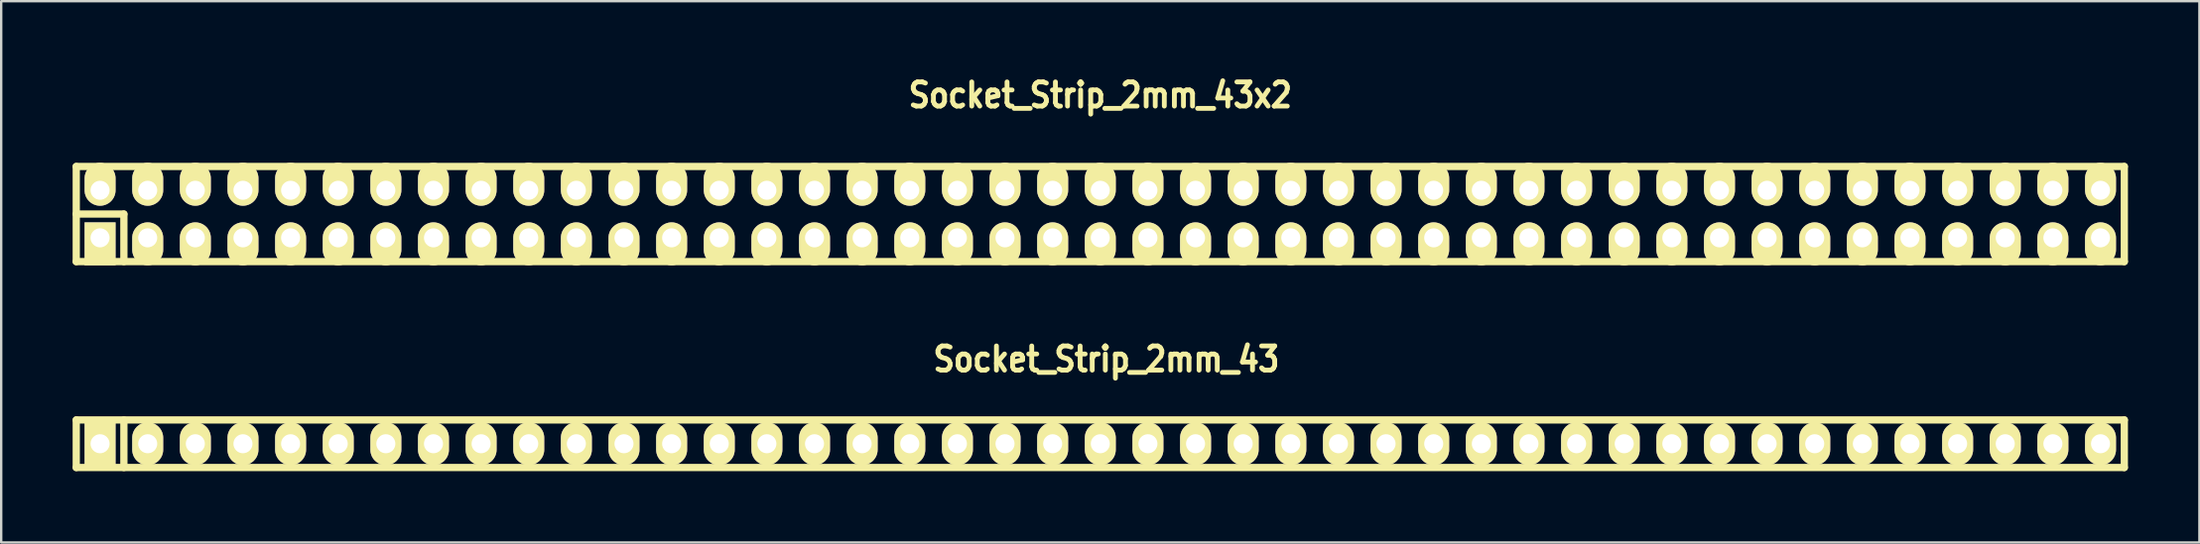
<source format=kicad_pcb>
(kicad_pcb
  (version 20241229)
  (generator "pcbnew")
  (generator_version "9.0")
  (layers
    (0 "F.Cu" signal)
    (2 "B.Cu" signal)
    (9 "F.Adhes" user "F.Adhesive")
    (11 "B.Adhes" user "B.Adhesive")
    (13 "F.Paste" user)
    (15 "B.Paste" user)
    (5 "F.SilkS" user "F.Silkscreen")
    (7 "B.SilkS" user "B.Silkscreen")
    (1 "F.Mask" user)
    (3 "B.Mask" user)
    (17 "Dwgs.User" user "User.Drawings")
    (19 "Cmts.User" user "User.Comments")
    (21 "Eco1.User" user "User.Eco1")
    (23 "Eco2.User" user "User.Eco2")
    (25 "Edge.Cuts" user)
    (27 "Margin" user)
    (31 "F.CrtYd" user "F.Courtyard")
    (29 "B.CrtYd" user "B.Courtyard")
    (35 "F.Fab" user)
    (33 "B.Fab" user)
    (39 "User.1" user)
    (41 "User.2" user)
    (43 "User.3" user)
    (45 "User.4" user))
  (footprint "Socket_Strip_2mm_43x2"
    (layer "F.Cu")
    (at 43.152 5.951)
    (property "Reference" "Socket_Strip_2mm_43x2" (at 0 -5 0) (layer "F.SilkS") (effects (font (size 1.016 0.889) (thickness 0.203))))
    (attr through_hole)
    (fp_line (start -43 -2) (end 43 -2) (stroke (width 0.305) (type solid)) (layer "F.SilkS"))
    (fp_line (start -43 0) (end -41 0) (stroke (width 0.305) (type solid)) (layer "F.SilkS"))
    (fp_line (start -43 2) (end -43 -2) (stroke (width 0.305) (type solid)) (layer "F.SilkS"))
    (fp_line (start -41 0) (end -41 2) (stroke (width 0.305) (type solid)) (layer "F.SilkS"))
    (fp_line (start 43 -2) (end 43 2) (stroke (width 0.305) (type solid)) (layer "F.SilkS"))
    (fp_line (start 43 2) (end -43 2) (stroke (width 0.305) (type solid)) (layer "F.SilkS"))
    (pad "1" thru_hole rect (at -42 1) (size 1.3 1.8) (drill 0.8 (offset 0 0.25)) (layers "*.Cu" "*.Mask" "F.SilkS"))
    (pad "2" thru_hole oval (at -42 -1) (size 1.3 1.8) (drill 0.8 (offset 0 -0.25)) (layers "*.Cu" "*.Mask" "F.SilkS"))
    (pad "3" thru_hole oval (at -40 1) (size 1.3 1.8) (drill 0.8 (offset 0 0.25)) (layers "*.Cu" "*.Mask" "F.SilkS"))
    (pad "4" thru_hole oval (at -40 -1) (size 1.3 1.8) (drill 0.8 (offset 0 -0.25)) (layers "*.Cu" "*.Mask" "F.SilkS"))
    (pad "5" thru_hole oval (at -38 1) (size 1.3 1.8) (drill 0.8 (offset 0 0.25)) (layers "*.Cu" "*.Mask" "F.SilkS"))
    (pad "6" thru_hole oval (at -38 -1) (size 1.3 1.8) (drill 0.8 (offset 0 -0.25)) (layers "*.Cu" "*.Mask" "F.SilkS"))
    (pad "7" thru_hole oval (at -36 1) (size 1.3 1.8) (drill 0.8 (offset 0 0.25)) (layers "*.Cu" "*.Mask" "F.SilkS"))
    (pad "8" thru_hole oval (at -36 -1) (size 1.3 1.8) (drill 0.8 (offset 0 -0.25)) (layers "*.Cu" "*.Mask" "F.SilkS"))
    (pad "9" thru_hole oval (at -34 1) (size 1.3 1.8) (drill 0.8 (offset 0 0.25)) (layers "*.Cu" "*.Mask" "F.SilkS"))
    (pad "10" thru_hole oval (at -34 -1) (size 1.3 1.8) (drill 0.8 (offset 0 -0.25)) (layers "*.Cu" "*.Mask" "F.SilkS"))
    (pad "11" thru_hole oval (at -32 1) (size 1.3 1.8) (drill 0.8 (offset 0 0.25)) (layers "*.Cu" "*.Mask" "F.SilkS"))
    (pad "12" thru_hole oval (at -32 -1) (size 1.3 1.8) (drill 0.8 (offset 0 -0.25)) (layers "*.Cu" "*.Mask" "F.SilkS"))
    (pad "13" thru_hole oval (at -30 1) (size 1.3 1.8) (drill 0.8 (offset 0 0.25)) (layers "*.Cu" "*.Mask" "F.SilkS"))
    (pad "14" thru_hole oval (at -30 -1) (size 1.3 1.8) (drill 0.8 (offset 0 -0.25)) (layers "*.Cu" "*.Mask" "F.SilkS"))
    (pad "15" thru_hole oval (at -28 1) (size 1.3 1.8) (drill 0.8 (offset 0 0.25)) (layers "*.Cu" "*.Mask" "F.SilkS"))
    (pad "16" thru_hole oval (at -28 -1) (size 1.3 1.8) (drill 0.8 (offset 0 -0.25)) (layers "*.Cu" "*.Mask" "F.SilkS"))
    (pad "17" thru_hole oval (at -26 1) (size 1.3 1.8) (drill 0.8 (offset 0 0.25)) (layers "*.Cu" "*.Mask" "F.SilkS"))
    (pad "18" thru_hole oval (at -26 -1) (size 1.3 1.8) (drill 0.8 (offset 0 -0.25)) (layers "*.Cu" "*.Mask" "F.SilkS"))
    (pad "19" thru_hole oval (at -24 1) (size 1.3 1.8) (drill 0.8 (offset 0 0.25)) (layers "*.Cu" "*.Mask" "F.SilkS"))
    (pad "20" thru_hole oval (at -24 -1) (size 1.3 1.8) (drill 0.8 (offset 0 -0.25)) (layers "*.Cu" "*.Mask" "F.SilkS"))
    (pad "21" thru_hole oval (at -22 1) (size 1.3 1.8) (drill 0.8 (offset 0 0.25)) (layers "*.Cu" "*.Mask" "F.SilkS"))
    (pad "22" thru_hole oval (at -22 -1) (size 1.3 1.8) (drill 0.8 (offset 0 -0.25)) (layers "*.Cu" "*.Mask" "F.SilkS"))
    (pad "23" thru_hole oval (at -20 1) (size 1.3 1.8) (drill 0.8 (offset 0 0.25)) (layers "*.Cu" "*.Mask" "F.SilkS"))
    (pad "24" thru_hole oval (at -20 -1) (size 1.3 1.8) (drill 0.8 (offset 0 -0.25)) (layers "*.Cu" "*.Mask" "F.SilkS"))
    (pad "25" thru_hole oval (at -18 1) (size 1.3 1.8) (drill 0.8 (offset 0 0.25)) (layers "*.Cu" "*.Mask" "F.SilkS"))
    (pad "26" thru_hole oval (at -18 -1) (size 1.3 1.8) (drill 0.8 (offset 0 -0.25)) (layers "*.Cu" "*.Mask" "F.SilkS"))
    (pad "27" thru_hole oval (at -16 1) (size 1.3 1.8) (drill 0.8 (offset 0 0.25)) (layers "*.Cu" "*.Mask" "F.SilkS"))
    (pad "28" thru_hole oval (at -16 -1) (size 1.3 1.8) (drill 0.8 (offset 0 -0.25)) (layers "*.Cu" "*.Mask" "F.SilkS"))
    (pad "29" thru_hole oval (at -14 1) (size 1.3 1.8) (drill 0.8 (offset 0 0.25)) (layers "*.Cu" "*.Mask" "F.SilkS"))
    (pad "30" thru_hole oval (at -14 -1) (size 1.3 1.8) (drill 0.8 (offset 0 -0.25)) (layers "*.Cu" "*.Mask" "F.SilkS"))
    (pad "31" thru_hole oval (at -12 1) (size 1.3 1.8) (drill 0.8 (offset 0 0.25)) (layers "*.Cu" "*.Mask" "F.SilkS"))
    (pad "32" thru_hole oval (at -12 -1) (size 1.3 1.8) (drill 0.8 (offset 0 -0.25)) (layers "*.Cu" "*.Mask" "F.SilkS"))
    (pad "33" thru_hole oval (at -10 1) (size 1.3 1.8) (drill 0.8 (offset 0 0.25)) (layers "*.Cu" "*.Mask" "F.SilkS"))
    (pad "34" thru_hole oval (at -10 -1) (size 1.3 1.8) (drill 0.8 (offset 0 -0.25)) (layers "*.Cu" "*.Mask" "F.SilkS"))
    (pad "35" thru_hole oval (at -8 1) (size 1.3 1.8) (drill 0.8 (offset 0 0.25)) (layers "*.Cu" "*.Mask" "F.SilkS"))
    (pad "36" thru_hole oval (at -8 -1) (size 1.3 1.8) (drill 0.8 (offset 0 -0.25)) (layers "*.Cu" "*.Mask" "F.SilkS"))
    (pad "37" thru_hole oval (at -6 1) (size 1.3 1.8) (drill 0.8 (offset 0 0.25)) (layers "*.Cu" "*.Mask" "F.SilkS"))
    (pad "38" thru_hole oval (at -6 -1) (size 1.3 1.8) (drill 0.8 (offset 0 -0.25)) (layers "*.Cu" "*.Mask" "F.SilkS"))
    (pad "39" thru_hole oval (at -4 1) (size 1.3 1.8) (drill 0.8 (offset 0 0.25)) (layers "*.Cu" "*.Mask" "F.SilkS"))
    (pad "40" thru_hole oval (at -4 -1) (size 1.3 1.8) (drill 0.8 (offset 0 -0.25)) (layers "*.Cu" "*.Mask" "F.SilkS"))
    (pad "41" thru_hole oval (at -2 1) (size 1.3 1.8) (drill 0.8 (offset 0 0.25)) (layers "*.Cu" "*.Mask" "F.SilkS"))
    (pad "42" thru_hole oval (at -2 -1) (size 1.3 1.8) (drill 0.8 (offset 0 -0.25)) (layers "*.Cu" "*.Mask" "F.SilkS"))
    (pad "43" thru_hole oval (at 0 1) (size 1.3 1.8) (drill 0.8 (offset 0 0.25)) (layers "*.Cu" "*.Mask" "F.SilkS"))
    (pad "44" thru_hole oval (at 0 -1) (size 1.3 1.8) (drill 0.8 (offset 0 -0.25)) (layers "*.Cu" "*.Mask" "F.SilkS"))
    (pad "45" thru_hole oval (at 2 1) (size 1.3 1.8) (drill 0.8 (offset 0 0.25)) (layers "*.Cu" "*.Mask" "F.SilkS"))
    (pad "46" thru_hole oval (at 2 -1) (size 1.3 1.8) (drill 0.8 (offset 0 -0.25)) (layers "*.Cu" "*.Mask" "F.SilkS"))
    (pad "47" thru_hole oval (at 4 1) (size 1.3 1.8) (drill 0.8 (offset 0 0.25)) (layers "*.Cu" "*.Mask" "F.SilkS"))
    (pad "48" thru_hole oval (at 4 -1) (size 1.3 1.8) (drill 0.8 (offset 0 -0.25)) (layers "*.Cu" "*.Mask" "F.SilkS"))
    (pad "49" thru_hole oval (at 6 1) (size 1.3 1.8) (drill 0.8 (offset 0 0.25)) (layers "*.Cu" "*.Mask" "F.SilkS"))
    (pad "50" thru_hole oval (at 6 -1) (size 1.3 1.8) (drill 0.8 (offset 0 -0.25)) (layers "*.Cu" "*.Mask" "F.SilkS"))
    (pad "51" thru_hole oval (at 8 1) (size 1.3 1.8) (drill 0.8 (offset 0 0.25)) (layers "*.Cu" "*.Mask" "F.SilkS"))
    (pad "52" thru_hole oval (at 8 -1) (size 1.3 1.8) (drill 0.8 (offset 0 -0.25)) (layers "*.Cu" "*.Mask" "F.SilkS"))
    (pad "53" thru_hole oval (at 10 1) (size 1.3 1.8) (drill 0.8 (offset 0 0.25)) (layers "*.Cu" "*.Mask" "F.SilkS"))
    (pad "54" thru_hole oval (at 10 -1) (size 1.3 1.8) (drill 0.8 (offset 0 -0.25)) (layers "*.Cu" "*.Mask" "F.SilkS"))
    (pad "55" thru_hole oval (at 12 1) (size 1.3 1.8) (drill 0.8 (offset 0 0.25)) (layers "*.Cu" "*.Mask" "F.SilkS"))
    (pad "56" thru_hole oval (at 12 -1) (size 1.3 1.8) (drill 0.8 (offset 0 -0.25)) (layers "*.Cu" "*.Mask" "F.SilkS"))
    (pad "57" thru_hole oval (at 14 1) (size 1.3 1.8) (drill 0.8 (offset 0 0.25)) (layers "*.Cu" "*.Mask" "F.SilkS"))
    (pad "58" thru_hole oval (at 14 -1) (size 1.3 1.8) (drill 0.8 (offset 0 -0.25)) (layers "*.Cu" "*.Mask" "F.SilkS"))
    (pad "59" thru_hole oval (at 16 1) (size 1.3 1.8) (drill 0.8 (offset 0 0.25)) (layers "*.Cu" "*.Mask" "F.SilkS"))
    (pad "60" thru_hole oval (at 16 -1) (size 1.3 1.8) (drill 0.8 (offset 0 -0.25)) (layers "*.Cu" "*.Mask" "F.SilkS"))
    (pad "61" thru_hole oval (at 18 1) (size 1.3 1.8) (drill 0.8 (offset 0 0.25)) (layers "*.Cu" "*.Mask" "F.SilkS"))
    (pad "62" thru_hole oval (at 18 -1) (size 1.3 1.8) (drill 0.8 (offset 0 -0.25)) (layers "*.Cu" "*.Mask" "F.SilkS"))
    (pad "63" thru_hole oval (at 20 1) (size 1.3 1.8) (drill 0.8 (offset 0 0.25)) (layers "*.Cu" "*.Mask" "F.SilkS"))
    (pad "64" thru_hole oval (at 20 -1) (size 1.3 1.8) (drill 0.8 (offset 0 -0.25)) (layers "*.Cu" "*.Mask" "F.SilkS"))
    (pad "65" thru_hole oval (at 22 1) (size 1.3 1.8) (drill 0.8 (offset 0 0.25)) (layers "*.Cu" "*.Mask" "F.SilkS"))
    (pad "66" thru_hole oval (at 22 -1) (size 1.3 1.8) (drill 0.8 (offset 0 -0.25)) (layers "*.Cu" "*.Mask" "F.SilkS"))
    (pad "67" thru_hole oval (at 24 1) (size 1.3 1.8) (drill 0.8 (offset 0 0.25)) (layers "*.Cu" "*.Mask" "F.SilkS"))
    (pad "68" thru_hole oval (at 24 -1) (size 1.3 1.8) (drill 0.8 (offset 0 -0.25)) (layers "*.Cu" "*.Mask" "F.SilkS"))
    (pad "69" thru_hole oval (at 26 1) (size 1.3 1.8) (drill 0.8 (offset 0 0.25)) (layers "*.Cu" "*.Mask" "F.SilkS"))
    (pad "70" thru_hole oval (at 26 -1) (size 1.3 1.8) (drill 0.8 (offset 0 -0.25)) (layers "*.Cu" "*.Mask" "F.SilkS"))
    (pad "71" thru_hole oval (at 28 1) (size 1.3 1.8) (drill 0.8 (offset 0 0.25)) (layers "*.Cu" "*.Mask" "F.SilkS"))
    (pad "72" thru_hole oval (at 28 -1) (size 1.3 1.8) (drill 0.8 (offset 0 -0.25)) (layers "*.Cu" "*.Mask" "F.SilkS"))
    (pad "73" thru_hole oval (at 30 1) (size 1.3 1.8) (drill 0.8 (offset 0 0.25)) (layers "*.Cu" "*.Mask" "F.SilkS"))
    (pad "74" thru_hole oval (at 30 -1) (size 1.3 1.8) (drill 0.8 (offset 0 -0.25)) (layers "*.Cu" "*.Mask" "F.SilkS"))
    (pad "75" thru_hole oval (at 32 1) (size 1.3 1.8) (drill 0.8 (offset 0 0.25)) (layers "*.Cu" "*.Mask" "F.SilkS"))
    (pad "76" thru_hole oval (at 32 -1) (size 1.3 1.8) (drill 0.8 (offset 0 -0.25)) (layers "*.Cu" "*.Mask" "F.SilkS"))
    (pad "77" thru_hole oval (at 34 1) (size 1.3 1.8) (drill 0.8 (offset 0 0.25)) (layers "*.Cu" "*.Mask" "F.SilkS"))
    (pad "78" thru_hole oval (at 34 -1) (size 1.3 1.8) (drill 0.8 (offset 0 -0.25)) (layers "*.Cu" "*.Mask" "F.SilkS"))
    (pad "79" thru_hole oval (at 36 1) (size 1.3 1.8) (drill 0.8 (offset 0 0.25)) (layers "*.Cu" "*.Mask" "F.SilkS"))
    (pad "80" thru_hole oval (at 36 -1) (size 1.3 1.8) (drill 0.8 (offset 0 -0.25)) (layers "*.Cu" "*.Mask" "F.SilkS"))
    (pad "81" thru_hole oval (at 38 1) (size 1.3 1.8) (drill 0.8 (offset 0 0.25)) (layers "*.Cu" "*.Mask" "F.SilkS"))
    (pad "82" thru_hole oval (at 38 -1) (size 1.3 1.8) (drill 0.8 (offset 0 -0.25)) (layers "*.Cu" "*.Mask" "F.SilkS"))
    (pad "83" thru_hole oval (at 40 1) (size 1.3 1.8) (drill 0.8 (offset 0 0.25)) (layers "*.Cu" "*.Mask" "F.SilkS"))
    (pad "84" thru_hole oval (at 40 -1) (size 1.3 1.8) (drill 0.8 (offset 0 -0.25)) (layers "*.Cu" "*.Mask" "F.SilkS"))
    (pad "85" thru_hole oval (at 42 1) (size 1.3 1.8) (drill 0.8 (offset 0 0.25)) (layers "*.Cu" "*.Mask" "F.SilkS"))
    (pad "86" thru_hole oval (at 42 -1) (size 1.3 1.8) (drill 0.8 (offset 0 -0.25)) (layers "*.Cu" "*.Mask" "F.SilkS")))
  (footprint "Socket_Strip_2mm_43"
    (layer "F.Cu")
    (at 43.152 15.61)
    (property "Reference" "Socket_Strip_2mm_43" (at 0.254 -3.556 0) (layer "F.SilkS") (effects (font (size 1.016 0.889) (thickness 0.203))))
    (attr through_hole)
    (fp_line (start -43 -1) (end 43 -1) (stroke (width 0.305) (type solid)) (layer "F.SilkS"))
    (fp_line (start -43 1) (end -43 -1) (stroke (width 0.305) (type solid)) (layer "F.SilkS"))
    (fp_line (start -41 -1) (end -41 1) (stroke (width 0.305) (type solid)) (layer "F.SilkS"))
    (fp_line (start 43 -1) (end 43 1) (stroke (width 0.305) (type solid)) (layer "F.SilkS"))
    (fp_line (start 43 1) (end -43 1) (stroke (width 0.305) (type solid)) (layer "F.SilkS"))
    (pad "1" thru_hole rect (at -42 0) (size 1.3 1.8) (drill 0.8) (layers "*.Cu" "*.Mask" "F.SilkS"))
    (pad "2" thru_hole oval (at -40 0) (size 1.3 1.8) (drill 0.8) (layers "*.Cu" "*.Mask" "F.SilkS"))
    (pad "3" thru_hole oval (at -38 0) (size 1.3 1.8) (drill 0.8) (layers "*.Cu" "*.Mask" "F.SilkS"))
    (pad "4" thru_hole oval (at -36 0) (size 1.3 1.8) (drill 0.8) (layers "*.Cu" "*.Mask" "F.SilkS"))
    (pad "5" thru_hole oval (at -34 0) (size 1.3 1.8) (drill 0.8) (layers "*.Cu" "*.Mask" "F.SilkS"))
    (pad "6" thru_hole oval (at -32 0) (size 1.3 1.8) (drill 0.8) (layers "*.Cu" "*.Mask" "F.SilkS"))
    (pad "7" thru_hole oval (at -30 0) (size 1.3 1.8) (drill 0.8) (layers "*.Cu" "*.Mask" "F.SilkS"))
    (pad "8" thru_hole oval (at -28 0) (size 1.3 1.8) (drill 0.8) (layers "*.Cu" "*.Mask" "F.SilkS"))
    (pad "9" thru_hole oval (at -26 0) (size 1.3 1.8) (drill 0.8) (layers "*.Cu" "*.Mask" "F.SilkS"))
    (pad "10" thru_hole oval (at -24 0) (size 1.3 1.8) (drill 0.8) (layers "*.Cu" "*.Mask" "F.SilkS"))
    (pad "11" thru_hole oval (at -22 0) (size 1.3 1.8) (drill 0.8) (layers "*.Cu" "*.Mask" "F.SilkS"))
    (pad "12" thru_hole oval (at -20 0) (size 1.3 1.8) (drill 0.8) (layers "*.Cu" "*.Mask" "F.SilkS"))
    (pad "13" thru_hole oval (at -18 0) (size 1.3 1.8) (drill 0.8) (layers "*.Cu" "*.Mask" "F.SilkS"))
    (pad "14" thru_hole oval (at -16 0) (size 1.3 1.8) (drill 0.8) (layers "*.Cu" "*.Mask" "F.SilkS"))
    (pad "15" thru_hole oval (at -14 0) (size 1.3 1.8) (drill 0.8) (layers "*.Cu" "*.Mask" "F.SilkS"))
    (pad "16" thru_hole oval (at -12 0) (size 1.3 1.8) (drill 0.8) (layers "*.Cu" "*.Mask" "F.SilkS"))
    (pad "17" thru_hole oval (at -10 0) (size 1.3 1.8) (drill 0.8) (layers "*.Cu" "*.Mask" "F.SilkS"))
    (pad "18" thru_hole oval (at -8 0) (size 1.3 1.8) (drill 0.8) (layers "*.Cu" "*.Mask" "F.SilkS"))
    (pad "19" thru_hole oval (at -6 0) (size 1.3 1.8) (drill 0.8) (layers "*.Cu" "*.Mask" "F.SilkS"))
    (pad "20" thru_hole oval (at -4 0) (size 1.3 1.8) (drill 0.8) (layers "*.Cu" "*.Mask" "F.SilkS"))
    (pad "21" thru_hole oval (at -2 0) (size 1.3 1.8) (drill 0.8) (layers "*.Cu" "*.Mask" "F.SilkS"))
    (pad "22" thru_hole oval (at 0 0) (size 1.3 1.8) (drill 0.8) (layers "*.Cu" "*.Mask" "F.SilkS"))
    (pad "23" thru_hole oval (at 2 0) (size 1.3 1.8) (drill 0.8) (layers "*.Cu" "*.Mask" "F.SilkS"))
    (pad "24" thru_hole oval (at 4 0) (size 1.3 1.8) (drill 0.8) (layers "*.Cu" "*.Mask" "F.SilkS"))
    (pad "25" thru_hole oval (at 6 0) (size 1.3 1.8) (drill 0.8) (layers "*.Cu" "*.Mask" "F.SilkS"))
    (pad "26" thru_hole oval (at 8 0) (size 1.3 1.8) (drill 0.8) (layers "*.Cu" "*.Mask" "F.SilkS"))
    (pad "27" thru_hole oval (at 10 0) (size 1.3 1.8) (drill 0.8) (layers "*.Cu" "*.Mask" "F.SilkS"))
    (pad "28" thru_hole oval (at 12 0) (size 1.3 1.8) (drill 0.8) (layers "*.Cu" "*.Mask" "F.SilkS"))
    (pad "29" thru_hole oval (at 14 0) (size 1.3 1.8) (drill 0.8) (layers "*.Cu" "*.Mask" "F.SilkS"))
    (pad "30" thru_hole oval (at 16 0) (size 1.3 1.8) (drill 0.8) (layers "*.Cu" "*.Mask" "F.SilkS"))
    (pad "31" thru_hole oval (at 18 0) (size 1.3 1.8) (drill 0.8) (layers "*.Cu" "*.Mask" "F.SilkS"))
    (pad "32" thru_hole oval (at 20 0) (size 1.3 1.8) (drill 0.8) (layers "*.Cu" "*.Mask" "F.SilkS"))
    (pad "33" thru_hole oval (at 22 0) (size 1.3 1.8) (drill 0.8) (layers "*.Cu" "*.Mask" "F.SilkS"))
    (pad "34" thru_hole oval (at 24 0) (size 1.3 1.8) (drill 0.8) (layers "*.Cu" "*.Mask" "F.SilkS"))
    (pad "35" thru_hole oval (at 26 0) (size 1.3 1.8) (drill 0.8) (layers "*.Cu" "*.Mask" "F.SilkS"))
    (pad "36" thru_hole oval (at 28 0) (size 1.3 1.8) (drill 0.8) (layers "*.Cu" "*.Mask" "F.SilkS"))
    (pad "37" thru_hole oval (at 30 0) (size 1.3 1.8) (drill 0.8) (layers "*.Cu" "*.Mask" "F.SilkS"))
    (pad "38" thru_hole oval (at 32 0) (size 1.3 1.8) (drill 0.8) (layers "*.Cu" "*.Mask" "F.SilkS"))
    (pad "39" thru_hole oval (at 34 0) (size 1.3 1.8) (drill 0.8) (layers "*.Cu" "*.Mask" "F.SilkS"))
    (pad "40" thru_hole oval (at 36 0) (size 1.3 1.8) (drill 0.8) (layers "*.Cu" "*.Mask" "F.SilkS"))
    (pad "41" thru_hole oval (at 38 0) (size 1.3 1.8) (drill 0.8) (layers "*.Cu" "*.Mask" "F.SilkS"))
    (pad "42" thru_hole oval (at 40 0) (size 1.3 1.8) (drill 0.8) (layers "*.Cu" "*.Mask" "F.SilkS"))
    (pad "43" thru_hole oval (at 42 0) (size 1.3 1.8) (drill 0.8) (layers "*.Cu" "*.Mask" "F.SilkS")))
  (gr_rect
    (start -3 -3)
    (end 89.305 19.763)
    (stroke (width 0.1) (type default))
    (fill no)
    (layer "Edge.Cuts")))
</source>
